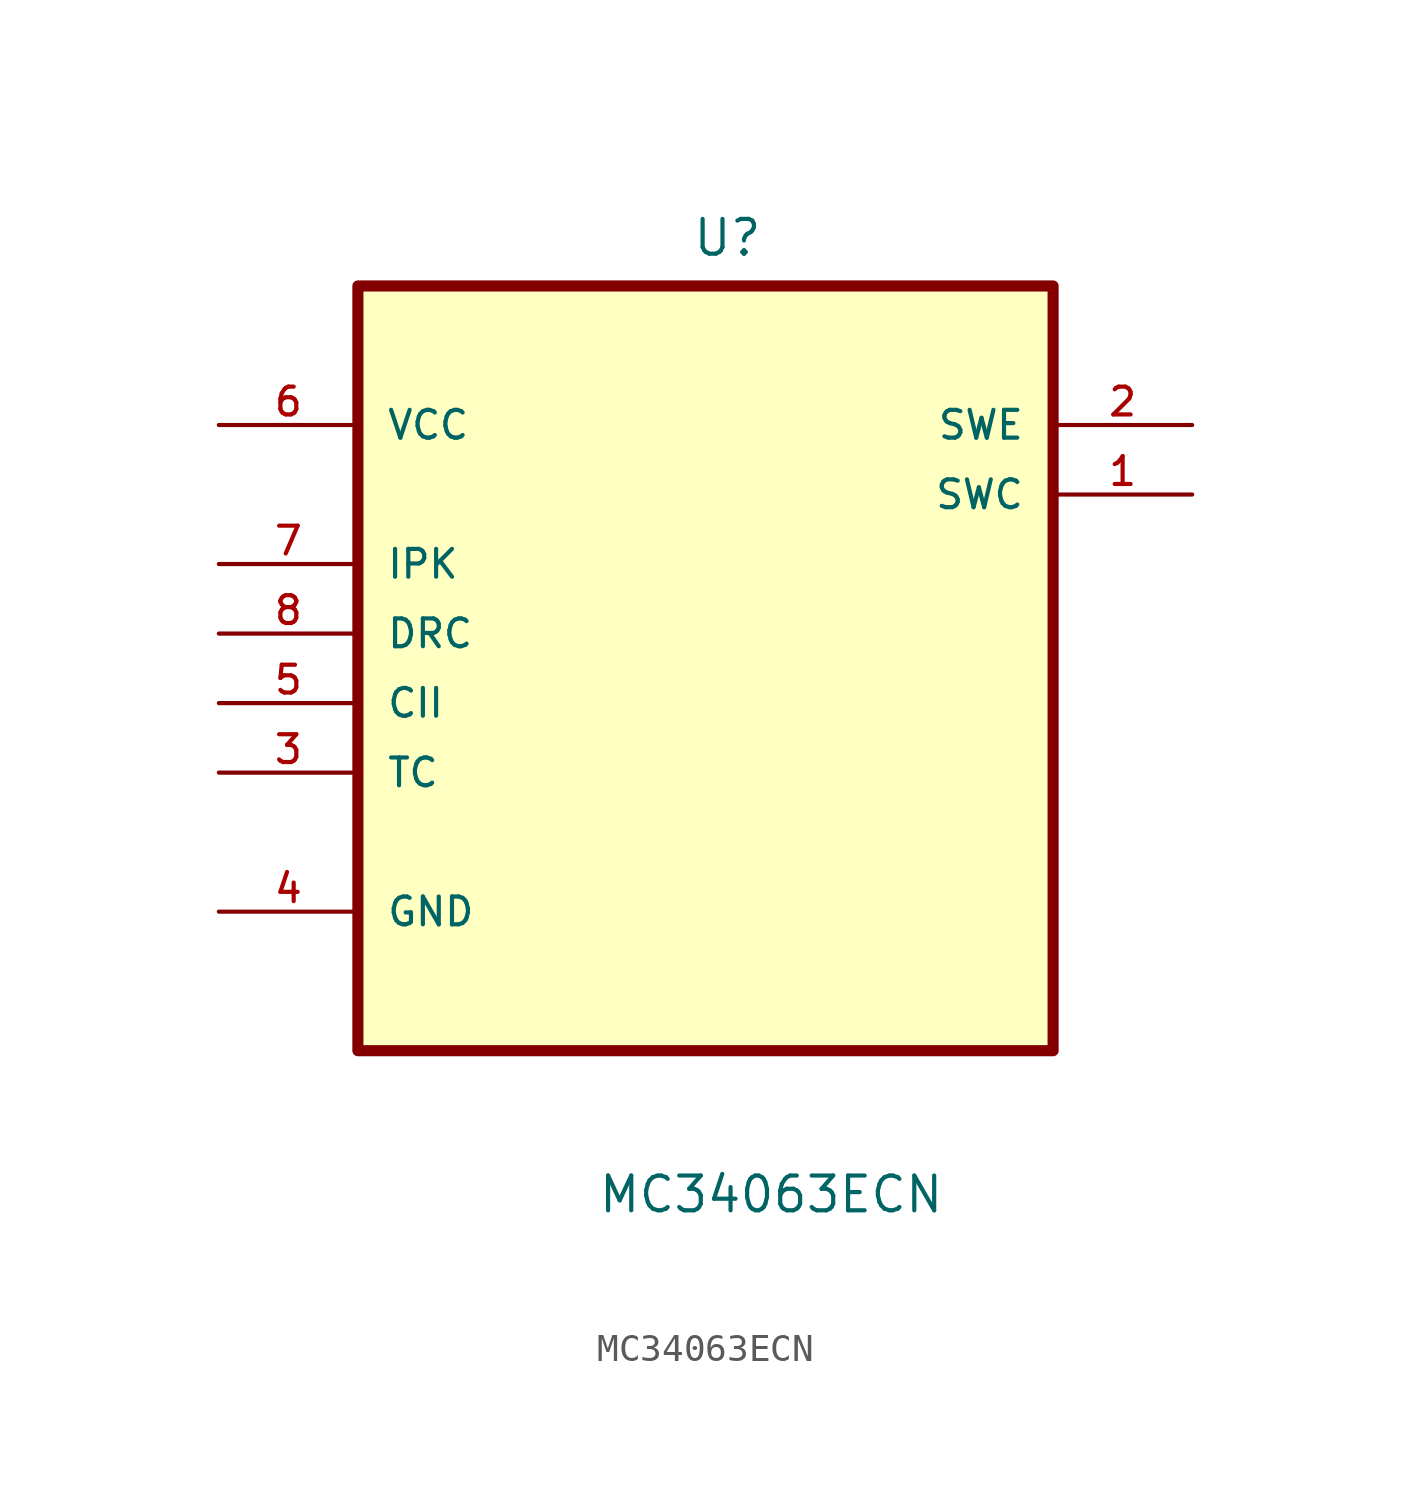
<source format=kicad_sym>
(kicad_symbol_lib
  (version 20241209)
  (generator "kicad_symbol_editor")
  (generator_version "9.0")
  (symbol "MC34063ECN"
    (pin_names
      (offset 1.016))
    (property "Reference" "U"
      (at -0.508 11.176 0)
      (effects (font (size 1.27 1.27)) (justify left bottom)))
    (property "Value" "MC34063ECN"
      (at -3.962 -23.774 0)
      (effects (font (size 1.27 1.27)) (justify left bottom)))
    (symbol "MC34063ECN_0_0"
      (rectangle (start -12.7 10.16) (end 12.7 -17.78) (stroke (width 0.406) (type default)) (fill (type background)))
      (pin power_in line (at -17.78 5.08 0) (length 5.08) (name "VCC" (effects (font (size 1.016 1.016)))) (number "6" (effects (font (size 1.016 1.016)))))
      (pin input line (at -17.78 0 0) (length 5.08) (name "IPK" (effects (font (size 1.016 1.016)))) (number "7" (effects (font (size 1.016 1.016)))))
      (pin passive line (at -17.78 -2.54 0) (length 5.08) (name "DRC" (effects (font (size 1.016 1.016)))) (number "8" (effects (font (size 1.016 1.016)))))
      (pin input line (at -17.78 -5.08 0) (length 5.08) (name "CII" (effects (font (size 1.016 1.016)))) (number "5" (effects (font (size 1.016 1.016)))))
      (pin input line (at -17.78 -7.62 0) (length 5.08) (name "TC" (effects (font (size 1.016 1.016)))) (number "3" (effects (font (size 1.016 1.016)))))
      (pin passive line (at -17.78 -12.7 0) (length 5.08) (name "GND" (effects (font (size 1.016 1.016)))) (number "4" (effects (font (size 1.016 1.016)))))
      (pin passive line (at 17.78 5.08 180) (length 5.08) (name "SWE" (effects (font (size 1.016 1.016)))) (number "2" (effects (font (size 1.016 1.016)))))
      (pin passive line (at 17.78 2.54 180) (length 5.08) (name "SWC" (effects (font (size 1.016 1.016)))) (number "1" (effects (font (size 1.016 1.016))))))))
</source>
